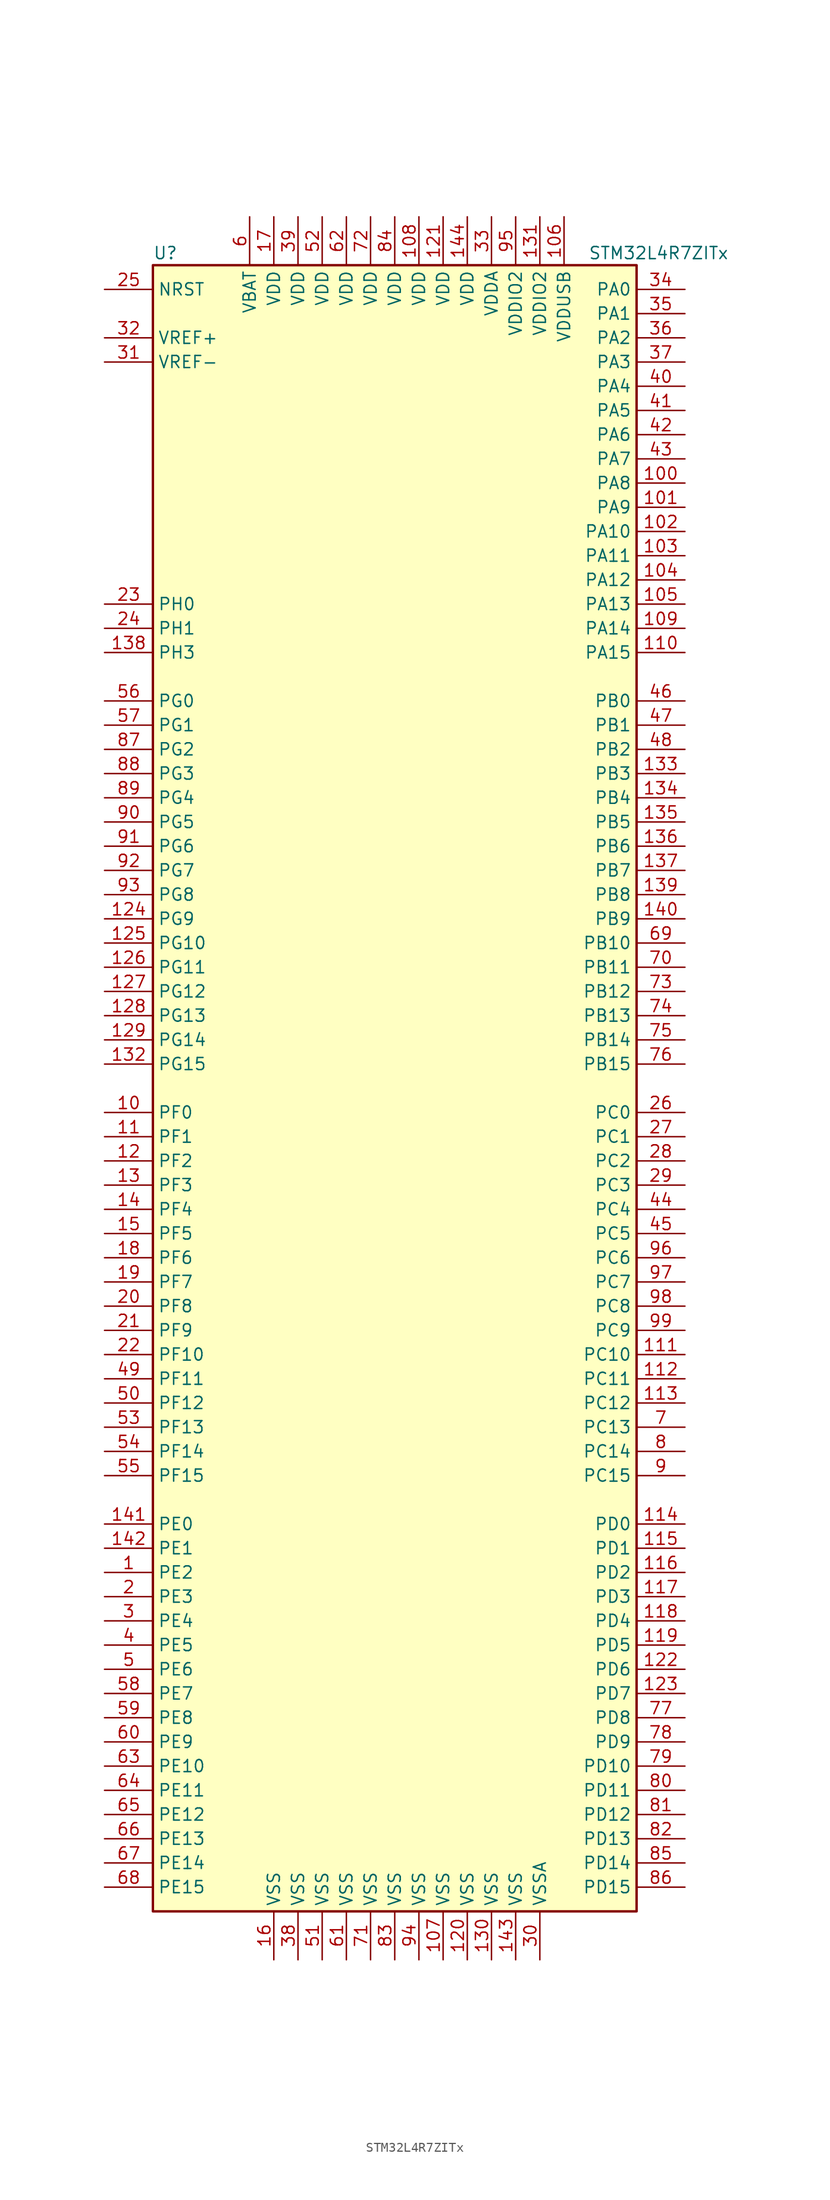
<source format=kicad_sym>
(kicad_symbol_lib
  (version 20201005)
  (generator kicad_symbol_editor)
  (symbol "STM32L4R7ZITx"
    (property "Reference" "U"
      (at -25.4 87.63 0)
      (effects (font (size 1.27 1.27)) (justify left)))
    (property "Value" "STM32L4R7ZITx"
      (at 20.32 87.63 0)
      (effects (font (size 1.27 1.27)) (justify left)))
    (symbol "STM32L4R7ZITx_0_1"
      (rectangle (start -25.4 -86.36) (end 25.4 86.36) (stroke (width 0.254)) (fill (type background))))
    (symbol "STM32L4R7ZITx_1_1"
      (pin input line (at -30.48 83.82 0) (length 5.08) (name "NRST" (effects (font (size 1.27 1.27)))) (number "25" (effects (font (size 1.27 1.27)))))
      (pin bidirectional line (at 30.48 83.82 180) (length 5.08) (name "PA0" (effects (font (size 1.27 1.27)))) (number "34" (effects (font (size 1.27 1.27)))))
      (pin bidirectional line (at 30.48 81.28 180) (length 5.08) (name "PA1" (effects (font (size 1.27 1.27)))) (number "35" (effects (font (size 1.27 1.27)))))
      (pin bidirectional line (at 30.48 58.42 180) (length 5.08) (name "PA10" (effects (font (size 1.27 1.27)))) (number "102" (effects (font (size 1.27 1.27)))))
      (pin bidirectional line (at 30.48 55.88 180) (length 5.08) (name "PA11" (effects (font (size 1.27 1.27)))) (number "103" (effects (font (size 1.27 1.27)))))
      (pin bidirectional line (at 30.48 53.34 180) (length 5.08) (name "PA12" (effects (font (size 1.27 1.27)))) (number "104" (effects (font (size 1.27 1.27)))))
      (pin bidirectional line (at 30.48 50.8 180) (length 5.08) (name "PA13" (effects (font (size 1.27 1.27)))) (number "105" (effects (font (size 1.27 1.27)))))
      (pin bidirectional line (at 30.48 48.26 180) (length 5.08) (name "PA14" (effects (font (size 1.27 1.27)))) (number "109" (effects (font (size 1.27 1.27)))))
      (pin bidirectional line (at 30.48 45.72 180) (length 5.08) (name "PA15" (effects (font (size 1.27 1.27)))) (number "110" (effects (font (size 1.27 1.27)))))
      (pin bidirectional line (at 30.48 78.74 180) (length 5.08) (name "PA2" (effects (font (size 1.27 1.27)))) (number "36" (effects (font (size 1.27 1.27)))))
      (pin bidirectional line (at 30.48 76.2 180) (length 5.08) (name "PA3" (effects (font (size 1.27 1.27)))) (number "37" (effects (font (size 1.27 1.27)))))
      (pin bidirectional line (at 30.48 73.66 180) (length 5.08) (name "PA4" (effects (font (size 1.27 1.27)))) (number "40" (effects (font (size 1.27 1.27)))))
      (pin bidirectional line (at 30.48 71.12 180) (length 5.08) (name "PA5" (effects (font (size 1.27 1.27)))) (number "41" (effects (font (size 1.27 1.27)))))
      (pin bidirectional line (at 30.48 68.58 180) (length 5.08) (name "PA6" (effects (font (size 1.27 1.27)))) (number "42" (effects (font (size 1.27 1.27)))))
      (pin bidirectional line (at 30.48 66.04 180) (length 5.08) (name "PA7" (effects (font (size 1.27 1.27)))) (number "43" (effects (font (size 1.27 1.27)))))
      (pin bidirectional line (at 30.48 63.5 180) (length 5.08) (name "PA8" (effects (font (size 1.27 1.27)))) (number "100" (effects (font (size 1.27 1.27)))))
      (pin bidirectional line (at 30.48 60.96 180) (length 5.08) (name "PA9" (effects (font (size 1.27 1.27)))) (number "101" (effects (font (size 1.27 1.27)))))
      (pin bidirectional line (at 30.48 40.64 180) (length 5.08) (name "PB0" (effects (font (size 1.27 1.27)))) (number "46" (effects (font (size 1.27 1.27)))))
      (pin bidirectional line (at 30.48 38.1 180) (length 5.08) (name "PB1" (effects (font (size 1.27 1.27)))) (number "47" (effects (font (size 1.27 1.27)))))
      (pin bidirectional line (at 30.48 15.24 180) (length 5.08) (name "PB10" (effects (font (size 1.27 1.27)))) (number "69" (effects (font (size 1.27 1.27)))))
      (pin bidirectional line (at 30.48 12.7 180) (length 5.08) (name "PB11" (effects (font (size 1.27 1.27)))) (number "70" (effects (font (size 1.27 1.27)))))
      (pin bidirectional line (at 30.48 10.16 180) (length 5.08) (name "PB12" (effects (font (size 1.27 1.27)))) (number "73" (effects (font (size 1.27 1.27)))))
      (pin bidirectional line (at 30.48 7.62 180) (length 5.08) (name "PB13" (effects (font (size 1.27 1.27)))) (number "74" (effects (font (size 1.27 1.27)))))
      (pin bidirectional line (at 30.48 5.08 180) (length 5.08) (name "PB14" (effects (font (size 1.27 1.27)))) (number "75" (effects (font (size 1.27 1.27)))))
      (pin bidirectional line (at 30.48 2.54 180) (length 5.08) (name "PB15" (effects (font (size 1.27 1.27)))) (number "76" (effects (font (size 1.27 1.27)))))
      (pin bidirectional line (at 30.48 35.56 180) (length 5.08) (name "PB2" (effects (font (size 1.27 1.27)))) (number "48" (effects (font (size 1.27 1.27)))))
      (pin bidirectional line (at 30.48 33.02 180) (length 5.08) (name "PB3" (effects (font (size 1.27 1.27)))) (number "133" (effects (font (size 1.27 1.27)))))
      (pin bidirectional line (at 30.48 30.48 180) (length 5.08) (name "PB4" (effects (font (size 1.27 1.27)))) (number "134" (effects (font (size 1.27 1.27)))))
      (pin bidirectional line (at 30.48 27.94 180) (length 5.08) (name "PB5" (effects (font (size 1.27 1.27)))) (number "135" (effects (font (size 1.27 1.27)))))
      (pin bidirectional line (at 30.48 25.4 180) (length 5.08) (name "PB6" (effects (font (size 1.27 1.27)))) (number "136" (effects (font (size 1.27 1.27)))))
      (pin bidirectional line (at 30.48 22.86 180) (length 5.08) (name "PB7" (effects (font (size 1.27 1.27)))) (number "137" (effects (font (size 1.27 1.27)))))
      (pin bidirectional line (at 30.48 20.32 180) (length 5.08) (name "PB8" (effects (font (size 1.27 1.27)))) (number "139" (effects (font (size 1.27 1.27)))))
      (pin bidirectional line (at 30.48 17.78 180) (length 5.08) (name "PB9" (effects (font (size 1.27 1.27)))) (number "140" (effects (font (size 1.27 1.27)))))
      (pin bidirectional line (at 30.48 -2.54 180) (length 5.08) (name "PC0" (effects (font (size 1.27 1.27)))) (number "26" (effects (font (size 1.27 1.27)))))
      (pin bidirectional line (at 30.48 -5.08 180) (length 5.08) (name "PC1" (effects (font (size 1.27 1.27)))) (number "27" (effects (font (size 1.27 1.27)))))
      (pin bidirectional line (at 30.48 -27.94 180) (length 5.08) (name "PC10" (effects (font (size 1.27 1.27)))) (number "111" (effects (font (size 1.27 1.27)))))
      (pin bidirectional line (at 30.48 -30.48 180) (length 5.08) (name "PC11" (effects (font (size 1.27 1.27)))) (number "112" (effects (font (size 1.27 1.27)))))
      (pin bidirectional line (at 30.48 -33.02 180) (length 5.08) (name "PC12" (effects (font (size 1.27 1.27)))) (number "113" (effects (font (size 1.27 1.27)))))
      (pin bidirectional line (at 30.48 -35.56 180) (length 5.08) (name "PC13" (effects (font (size 1.27 1.27)))) (number "7" (effects (font (size 1.27 1.27)))))
      (pin bidirectional line (at 30.48 -38.1 180) (length 5.08) (name "PC14" (effects (font (size 1.27 1.27)))) (number "8" (effects (font (size 1.27 1.27)))))
      (pin bidirectional line (at 30.48 -40.64 180) (length 5.08) (name "PC15" (effects (font (size 1.27 1.27)))) (number "9" (effects (font (size 1.27 1.27)))))
      (pin bidirectional line (at 30.48 -7.62 180) (length 5.08) (name "PC2" (effects (font (size 1.27 1.27)))) (number "28" (effects (font (size 1.27 1.27)))))
      (pin bidirectional line (at 30.48 -10.16 180) (length 5.08) (name "PC3" (effects (font (size 1.27 1.27)))) (number "29" (effects (font (size 1.27 1.27)))))
      (pin bidirectional line (at 30.48 -12.7 180) (length 5.08) (name "PC4" (effects (font (size 1.27 1.27)))) (number "44" (effects (font (size 1.27 1.27)))))
      (pin bidirectional line (at 30.48 -15.24 180) (length 5.08) (name "PC5" (effects (font (size 1.27 1.27)))) (number "45" (effects (font (size 1.27 1.27)))))
      (pin bidirectional line (at 30.48 -17.78 180) (length 5.08) (name "PC6" (effects (font (size 1.27 1.27)))) (number "96" (effects (font (size 1.27 1.27)))))
      (pin bidirectional line (at 30.48 -20.32 180) (length 5.08) (name "PC7" (effects (font (size 1.27 1.27)))) (number "97" (effects (font (size 1.27 1.27)))))
      (pin bidirectional line (at 30.48 -22.86 180) (length 5.08) (name "PC8" (effects (font (size 1.27 1.27)))) (number "98" (effects (font (size 1.27 1.27)))))
      (pin bidirectional line (at 30.48 -25.4 180) (length 5.08) (name "PC9" (effects (font (size 1.27 1.27)))) (number "99" (effects (font (size 1.27 1.27)))))
      (pin bidirectional line (at 30.48 -45.72 180) (length 5.08) (name "PD0" (effects (font (size 1.27 1.27)))) (number "114" (effects (font (size 1.27 1.27)))))
      (pin bidirectional line (at 30.48 -48.26 180) (length 5.08) (name "PD1" (effects (font (size 1.27 1.27)))) (number "115" (effects (font (size 1.27 1.27)))))
      (pin bidirectional line (at 30.48 -71.12 180) (length 5.08) (name "PD10" (effects (font (size 1.27 1.27)))) (number "79" (effects (font (size 1.27 1.27)))))
      (pin bidirectional line (at 30.48 -73.66 180) (length 5.08) (name "PD11" (effects (font (size 1.27 1.27)))) (number "80" (effects (font (size 1.27 1.27)))))
      (pin bidirectional line (at 30.48 -76.2 180) (length 5.08) (name "PD12" (effects (font (size 1.27 1.27)))) (number "81" (effects (font (size 1.27 1.27)))))
      (pin bidirectional line (at 30.48 -78.74 180) (length 5.08) (name "PD13" (effects (font (size 1.27 1.27)))) (number "82" (effects (font (size 1.27 1.27)))))
      (pin bidirectional line (at 30.48 -81.28 180) (length 5.08) (name "PD14" (effects (font (size 1.27 1.27)))) (number "85" (effects (font (size 1.27 1.27)))))
      (pin bidirectional line (at 30.48 -83.82 180) (length 5.08) (name "PD15" (effects (font (size 1.27 1.27)))) (number "86" (effects (font (size 1.27 1.27)))))
      (pin bidirectional line (at 30.48 -50.8 180) (length 5.08) (name "PD2" (effects (font (size 1.27 1.27)))) (number "116" (effects (font (size 1.27 1.27)))))
      (pin bidirectional line (at 30.48 -53.34 180) (length 5.08) (name "PD3" (effects (font (size 1.27 1.27)))) (number "117" (effects (font (size 1.27 1.27)))))
      (pin bidirectional line (at 30.48 -55.88 180) (length 5.08) (name "PD4" (effects (font (size 1.27 1.27)))) (number "118" (effects (font (size 1.27 1.27)))))
      (pin bidirectional line (at 30.48 -58.42 180) (length 5.08) (name "PD5" (effects (font (size 1.27 1.27)))) (number "119" (effects (font (size 1.27 1.27)))))
      (pin bidirectional line (at 30.48 -60.96 180) (length 5.08) (name "PD6" (effects (font (size 1.27 1.27)))) (number "122" (effects (font (size 1.27 1.27)))))
      (pin bidirectional line (at 30.48 -63.5 180) (length 5.08) (name "PD7" (effects (font (size 1.27 1.27)))) (number "123" (effects (font (size 1.27 1.27)))))
      (pin bidirectional line (at 30.48 -66.04 180) (length 5.08) (name "PD8" (effects (font (size 1.27 1.27)))) (number "77" (effects (font (size 1.27 1.27)))))
      (pin bidirectional line (at 30.48 -68.58 180) (length 5.08) (name "PD9" (effects (font (size 1.27 1.27)))) (number "78" (effects (font (size 1.27 1.27)))))
      (pin bidirectional line (at -30.48 -45.72 0) (length 5.08) (name "PE0" (effects (font (size 1.27 1.27)))) (number "141" (effects (font (size 1.27 1.27)))))
      (pin bidirectional line (at -30.48 -48.26 0) (length 5.08) (name "PE1" (effects (font (size 1.27 1.27)))) (number "142" (effects (font (size 1.27 1.27)))))
      (pin bidirectional line (at -30.48 -71.12 0) (length 5.08) (name "PE10" (effects (font (size 1.27 1.27)))) (number "63" (effects (font (size 1.27 1.27)))))
      (pin bidirectional line (at -30.48 -73.66 0) (length 5.08) (name "PE11" (effects (font (size 1.27 1.27)))) (number "64" (effects (font (size 1.27 1.27)))))
      (pin bidirectional line (at -30.48 -76.2 0) (length 5.08) (name "PE12" (effects (font (size 1.27 1.27)))) (number "65" (effects (font (size 1.27 1.27)))))
      (pin bidirectional line (at -30.48 -78.74 0) (length 5.08) (name "PE13" (effects (font (size 1.27 1.27)))) (number "66" (effects (font (size 1.27 1.27)))))
      (pin bidirectional line (at -30.48 -81.28 0) (length 5.08) (name "PE14" (effects (font (size 1.27 1.27)))) (number "67" (effects (font (size 1.27 1.27)))))
      (pin bidirectional line (at -30.48 -83.82 0) (length 5.08) (name "PE15" (effects (font (size 1.27 1.27)))) (number "68" (effects (font (size 1.27 1.27)))))
      (pin bidirectional line (at -30.48 -50.8 0) (length 5.08) (name "PE2" (effects (font (size 1.27 1.27)))) (number "1" (effects (font (size 1.27 1.27)))))
      (pin bidirectional line (at -30.48 -53.34 0) (length 5.08) (name "PE3" (effects (font (size 1.27 1.27)))) (number "2" (effects (font (size 1.27 1.27)))))
      (pin bidirectional line (at -30.48 -55.88 0) (length 5.08) (name "PE4" (effects (font (size 1.27 1.27)))) (number "3" (effects (font (size 1.27 1.27)))))
      (pin bidirectional line (at -30.48 -58.42 0) (length 5.08) (name "PE5" (effects (font (size 1.27 1.27)))) (number "4" (effects (font (size 1.27 1.27)))))
      (pin bidirectional line (at -30.48 -60.96 0) (length 5.08) (name "PE6" (effects (font (size 1.27 1.27)))) (number "5" (effects (font (size 1.27 1.27)))))
      (pin bidirectional line (at -30.48 -63.5 0) (length 5.08) (name "PE7" (effects (font (size 1.27 1.27)))) (number "58" (effects (font (size 1.27 1.27)))))
      (pin bidirectional line (at -30.48 -66.04 0) (length 5.08) (name "PE8" (effects (font (size 1.27 1.27)))) (number "59" (effects (font (size 1.27 1.27)))))
      (pin bidirectional line (at -30.48 -68.58 0) (length 5.08) (name "PE9" (effects (font (size 1.27 1.27)))) (number "60" (effects (font (size 1.27 1.27)))))
      (pin bidirectional line (at -30.48 -2.54 0) (length 5.08) (name "PF0" (effects (font (size 1.27 1.27)))) (number "10" (effects (font (size 1.27 1.27)))))
      (pin bidirectional line (at -30.48 -5.08 0) (length 5.08) (name "PF1" (effects (font (size 1.27 1.27)))) (number "11" (effects (font (size 1.27 1.27)))))
      (pin bidirectional line (at -30.48 -27.94 0) (length 5.08) (name "PF10" (effects (font (size 1.27 1.27)))) (number "22" (effects (font (size 1.27 1.27)))))
      (pin bidirectional line (at -30.48 -30.48 0) (length 5.08) (name "PF11" (effects (font (size 1.27 1.27)))) (number "49" (effects (font (size 1.27 1.27)))))
      (pin bidirectional line (at -30.48 -33.02 0) (length 5.08) (name "PF12" (effects (font (size 1.27 1.27)))) (number "50" (effects (font (size 1.27 1.27)))))
      (pin bidirectional line (at -30.48 -35.56 0) (length 5.08) (name "PF13" (effects (font (size 1.27 1.27)))) (number "53" (effects (font (size 1.27 1.27)))))
      (pin bidirectional line (at -30.48 -38.1 0) (length 5.08) (name "PF14" (effects (font (size 1.27 1.27)))) (number "54" (effects (font (size 1.27 1.27)))))
      (pin bidirectional line (at -30.48 -40.64 0) (length 5.08) (name "PF15" (effects (font (size 1.27 1.27)))) (number "55" (effects (font (size 1.27 1.27)))))
      (pin bidirectional line (at -30.48 -7.62 0) (length 5.08) (name "PF2" (effects (font (size 1.27 1.27)))) (number "12" (effects (font (size 1.27 1.27)))))
      (pin bidirectional line (at -30.48 -10.16 0) (length 5.08) (name "PF3" (effects (font (size 1.27 1.27)))) (number "13" (effects (font (size 1.27 1.27)))))
      (pin bidirectional line (at -30.48 -12.7 0) (length 5.08) (name "PF4" (effects (font (size 1.27 1.27)))) (number "14" (effects (font (size 1.27 1.27)))))
      (pin bidirectional line (at -30.48 -15.24 0) (length 5.08) (name "PF5" (effects (font (size 1.27 1.27)))) (number "15" (effects (font (size 1.27 1.27)))))
      (pin bidirectional line (at -30.48 -17.78 0) (length 5.08) (name "PF6" (effects (font (size 1.27 1.27)))) (number "18" (effects (font (size 1.27 1.27)))))
      (pin bidirectional line (at -30.48 -20.32 0) (length 5.08) (name "PF7" (effects (font (size 1.27 1.27)))) (number "19" (effects (font (size 1.27 1.27)))))
      (pin bidirectional line (at -30.48 -22.86 0) (length 5.08) (name "PF8" (effects (font (size 1.27 1.27)))) (number "20" (effects (font (size 1.27 1.27)))))
      (pin bidirectional line (at -30.48 -25.4 0) (length 5.08) (name "PF9" (effects (font (size 1.27 1.27)))) (number "21" (effects (font (size 1.27 1.27)))))
      (pin bidirectional line (at -30.48 40.64 0) (length 5.08) (name "PG0" (effects (font (size 1.27 1.27)))) (number "56" (effects (font (size 1.27 1.27)))))
      (pin bidirectional line (at -30.48 38.1 0) (length 5.08) (name "PG1" (effects (font (size 1.27 1.27)))) (number "57" (effects (font (size 1.27 1.27)))))
      (pin bidirectional line (at -30.48 15.24 0) (length 5.08) (name "PG10" (effects (font (size 1.27 1.27)))) (number "125" (effects (font (size 1.27 1.27)))))
      (pin bidirectional line (at -30.48 12.7 0) (length 5.08) (name "PG11" (effects (font (size 1.27 1.27)))) (number "126" (effects (font (size 1.27 1.27)))))
      (pin bidirectional line (at -30.48 10.16 0) (length 5.08) (name "PG12" (effects (font (size 1.27 1.27)))) (number "127" (effects (font (size 1.27 1.27)))))
      (pin bidirectional line (at -30.48 7.62 0) (length 5.08) (name "PG13" (effects (font (size 1.27 1.27)))) (number "128" (effects (font (size 1.27 1.27)))))
      (pin bidirectional line (at -30.48 5.08 0) (length 5.08) (name "PG14" (effects (font (size 1.27 1.27)))) (number "129" (effects (font (size 1.27 1.27)))))
      (pin bidirectional line (at -30.48 2.54 0) (length 5.08) (name "PG15" (effects (font (size 1.27 1.27)))) (number "132" (effects (font (size 1.27 1.27)))))
      (pin bidirectional line (at -30.48 35.56 0) (length 5.08) (name "PG2" (effects (font (size 1.27 1.27)))) (number "87" (effects (font (size 1.27 1.27)))))
      (pin bidirectional line (at -30.48 33.02 0) (length 5.08) (name "PG3" (effects (font (size 1.27 1.27)))) (number "88" (effects (font (size 1.27 1.27)))))
      (pin bidirectional line (at -30.48 30.48 0) (length 5.08) (name "PG4" (effects (font (size 1.27 1.27)))) (number "89" (effects (font (size 1.27 1.27)))))
      (pin bidirectional line (at -30.48 27.94 0) (length 5.08) (name "PG5" (effects (font (size 1.27 1.27)))) (number "90" (effects (font (size 1.27 1.27)))))
      (pin bidirectional line (at -30.48 25.4 0) (length 5.08) (name "PG6" (effects (font (size 1.27 1.27)))) (number "91" (effects (font (size 1.27 1.27)))))
      (pin bidirectional line (at -30.48 22.86 0) (length 5.08) (name "PG7" (effects (font (size 1.27 1.27)))) (number "92" (effects (font (size 1.27 1.27)))))
      (pin bidirectional line (at -30.48 20.32 0) (length 5.08) (name "PG8" (effects (font (size 1.27 1.27)))) (number "93" (effects (font (size 1.27 1.27)))))
      (pin bidirectional line (at -30.48 17.78 0) (length 5.08) (name "PG9" (effects (font (size 1.27 1.27)))) (number "124" (effects (font (size 1.27 1.27)))))
      (pin input line (at -30.48 50.8 0) (length 5.08) (name "PH0" (effects (font (size 1.27 1.27)))) (number "23" (effects (font (size 1.27 1.27)))))
      (pin input line (at -30.48 48.26 0) (length 5.08) (name "PH1" (effects (font (size 1.27 1.27)))) (number "24" (effects (font (size 1.27 1.27)))))
      (pin bidirectional line (at -30.48 45.72 0) (length 5.08) (name "PH3" (effects (font (size 1.27 1.27)))) (number "138" (effects (font (size 1.27 1.27)))))
      (pin power_in line (at -15.24 91.44 270) (length 5.08) (name "VBAT" (effects (font (size 1.27 1.27)))) (number "6" (effects (font (size 1.27 1.27)))))
      (pin power_in line (at 2.54 91.44 270) (length 5.08) (name "VDD" (effects (font (size 1.27 1.27)))) (number "108" (effects (font (size 1.27 1.27)))))
      (pin power_in line (at 5.08 91.44 270) (length 5.08) (name "VDD" (effects (font (size 1.27 1.27)))) (number "121" (effects (font (size 1.27 1.27)))))
      (pin power_in line (at 7.62 91.44 270) (length 5.08) (name "VDD" (effects (font (size 1.27 1.27)))) (number "144" (effects (font (size 1.27 1.27)))))
      (pin power_in line (at -12.7 91.44 270) (length 5.08) (name "VDD" (effects (font (size 1.27 1.27)))) (number "17" (effects (font (size 1.27 1.27)))))
      (pin power_in line (at -10.16 91.44 270) (length 5.08) (name "VDD" (effects (font (size 1.27 1.27)))) (number "39" (effects (font (size 1.27 1.27)))))
      (pin power_in line (at -7.62 91.44 270) (length 5.08) (name "VDD" (effects (font (size 1.27 1.27)))) (number "52" (effects (font (size 1.27 1.27)))))
      (pin power_in line (at -5.08 91.44 270) (length 5.08) (name "VDD" (effects (font (size 1.27 1.27)))) (number "62" (effects (font (size 1.27 1.27)))))
      (pin power_in line (at -2.54 91.44 270) (length 5.08) (name "VDD" (effects (font (size 1.27 1.27)))) (number "72" (effects (font (size 1.27 1.27)))))
      (pin power_in line (at 0 91.44 270) (length 5.08) (name "VDD" (effects (font (size 1.27 1.27)))) (number "84" (effects (font (size 1.27 1.27)))))
      (pin power_in line (at 10.16 91.44 270) (length 5.08) (name "VDDA" (effects (font (size 1.27 1.27)))) (number "33" (effects (font (size 1.27 1.27)))))
      (pin power_in line (at 15.24 91.44 270) (length 5.08) (name "VDDIO2" (effects (font (size 1.27 1.27)))) (number "131" (effects (font (size 1.27 1.27)))))
      (pin power_in line (at 12.7 91.44 270) (length 5.08) (name "VDDIO2" (effects (font (size 1.27 1.27)))) (number "95" (effects (font (size 1.27 1.27)))))
      (pin power_in line (at 17.78 91.44 270) (length 5.08) (name "VDDUSB" (effects (font (size 1.27 1.27)))) (number "106" (effects (font (size 1.27 1.27)))))
      (pin bidirectional line (at -30.48 78.74 0) (length 5.08) (name "VREF+" (effects (font (size 1.27 1.27)))) (number "32" (effects (font (size 1.27 1.27)))))
      (pin power_in line (at -30.48 76.2 0) (length 5.08) (name "VREF-" (effects (font (size 1.27 1.27)))) (number "31" (effects (font (size 1.27 1.27)))))
      (pin power_in line (at 5.08 -91.44 90) (length 5.08) (name "VSS" (effects (font (size 1.27 1.27)))) (number "107" (effects (font (size 1.27 1.27)))))
      (pin power_in line (at 7.62 -91.44 90) (length 5.08) (name "VSS" (effects (font (size 1.27 1.27)))) (number "120" (effects (font (size 1.27 1.27)))))
      (pin power_in line (at 10.16 -91.44 90) (length 5.08) (name "VSS" (effects (font (size 1.27 1.27)))) (number "130" (effects (font (size 1.27 1.27)))))
      (pin power_in line (at 12.7 -91.44 90) (length 5.08) (name "VSS" (effects (font (size 1.27 1.27)))) (number "143" (effects (font (size 1.27 1.27)))))
      (pin power_in line (at -12.7 -91.44 90) (length 5.08) (name "VSS" (effects (font (size 1.27 1.27)))) (number "16" (effects (font (size 1.27 1.27)))))
      (pin power_in line (at -10.16 -91.44 90) (length 5.08) (name "VSS" (effects (font (size 1.27 1.27)))) (number "38" (effects (font (size 1.27 1.27)))))
      (pin power_in line (at -7.62 -91.44 90) (length 5.08) (name "VSS" (effects (font (size 1.27 1.27)))) (number "51" (effects (font (size 1.27 1.27)))))
      (pin power_in line (at -5.08 -91.44 90) (length 5.08) (name "VSS" (effects (font (size 1.27 1.27)))) (number "61" (effects (font (size 1.27 1.27)))))
      (pin power_in line (at -2.54 -91.44 90) (length 5.08) (name "VSS" (effects (font (size 1.27 1.27)))) (number "71" (effects (font (size 1.27 1.27)))))
      (pin power_in line (at 0 -91.44 90) (length 5.08) (name "VSS" (effects (font (size 1.27 1.27)))) (number "83" (effects (font (size 1.27 1.27)))))
      (pin power_in line (at 2.54 -91.44 90) (length 5.08) (name "VSS" (effects (font (size 1.27 1.27)))) (number "94" (effects (font (size 1.27 1.27)))))
      (pin power_in line (at 15.24 -91.44 90) (length 5.08) (name "VSSA" (effects (font (size 1.27 1.27)))) (number "30" (effects (font (size 1.27 1.27))))))))
</source>
